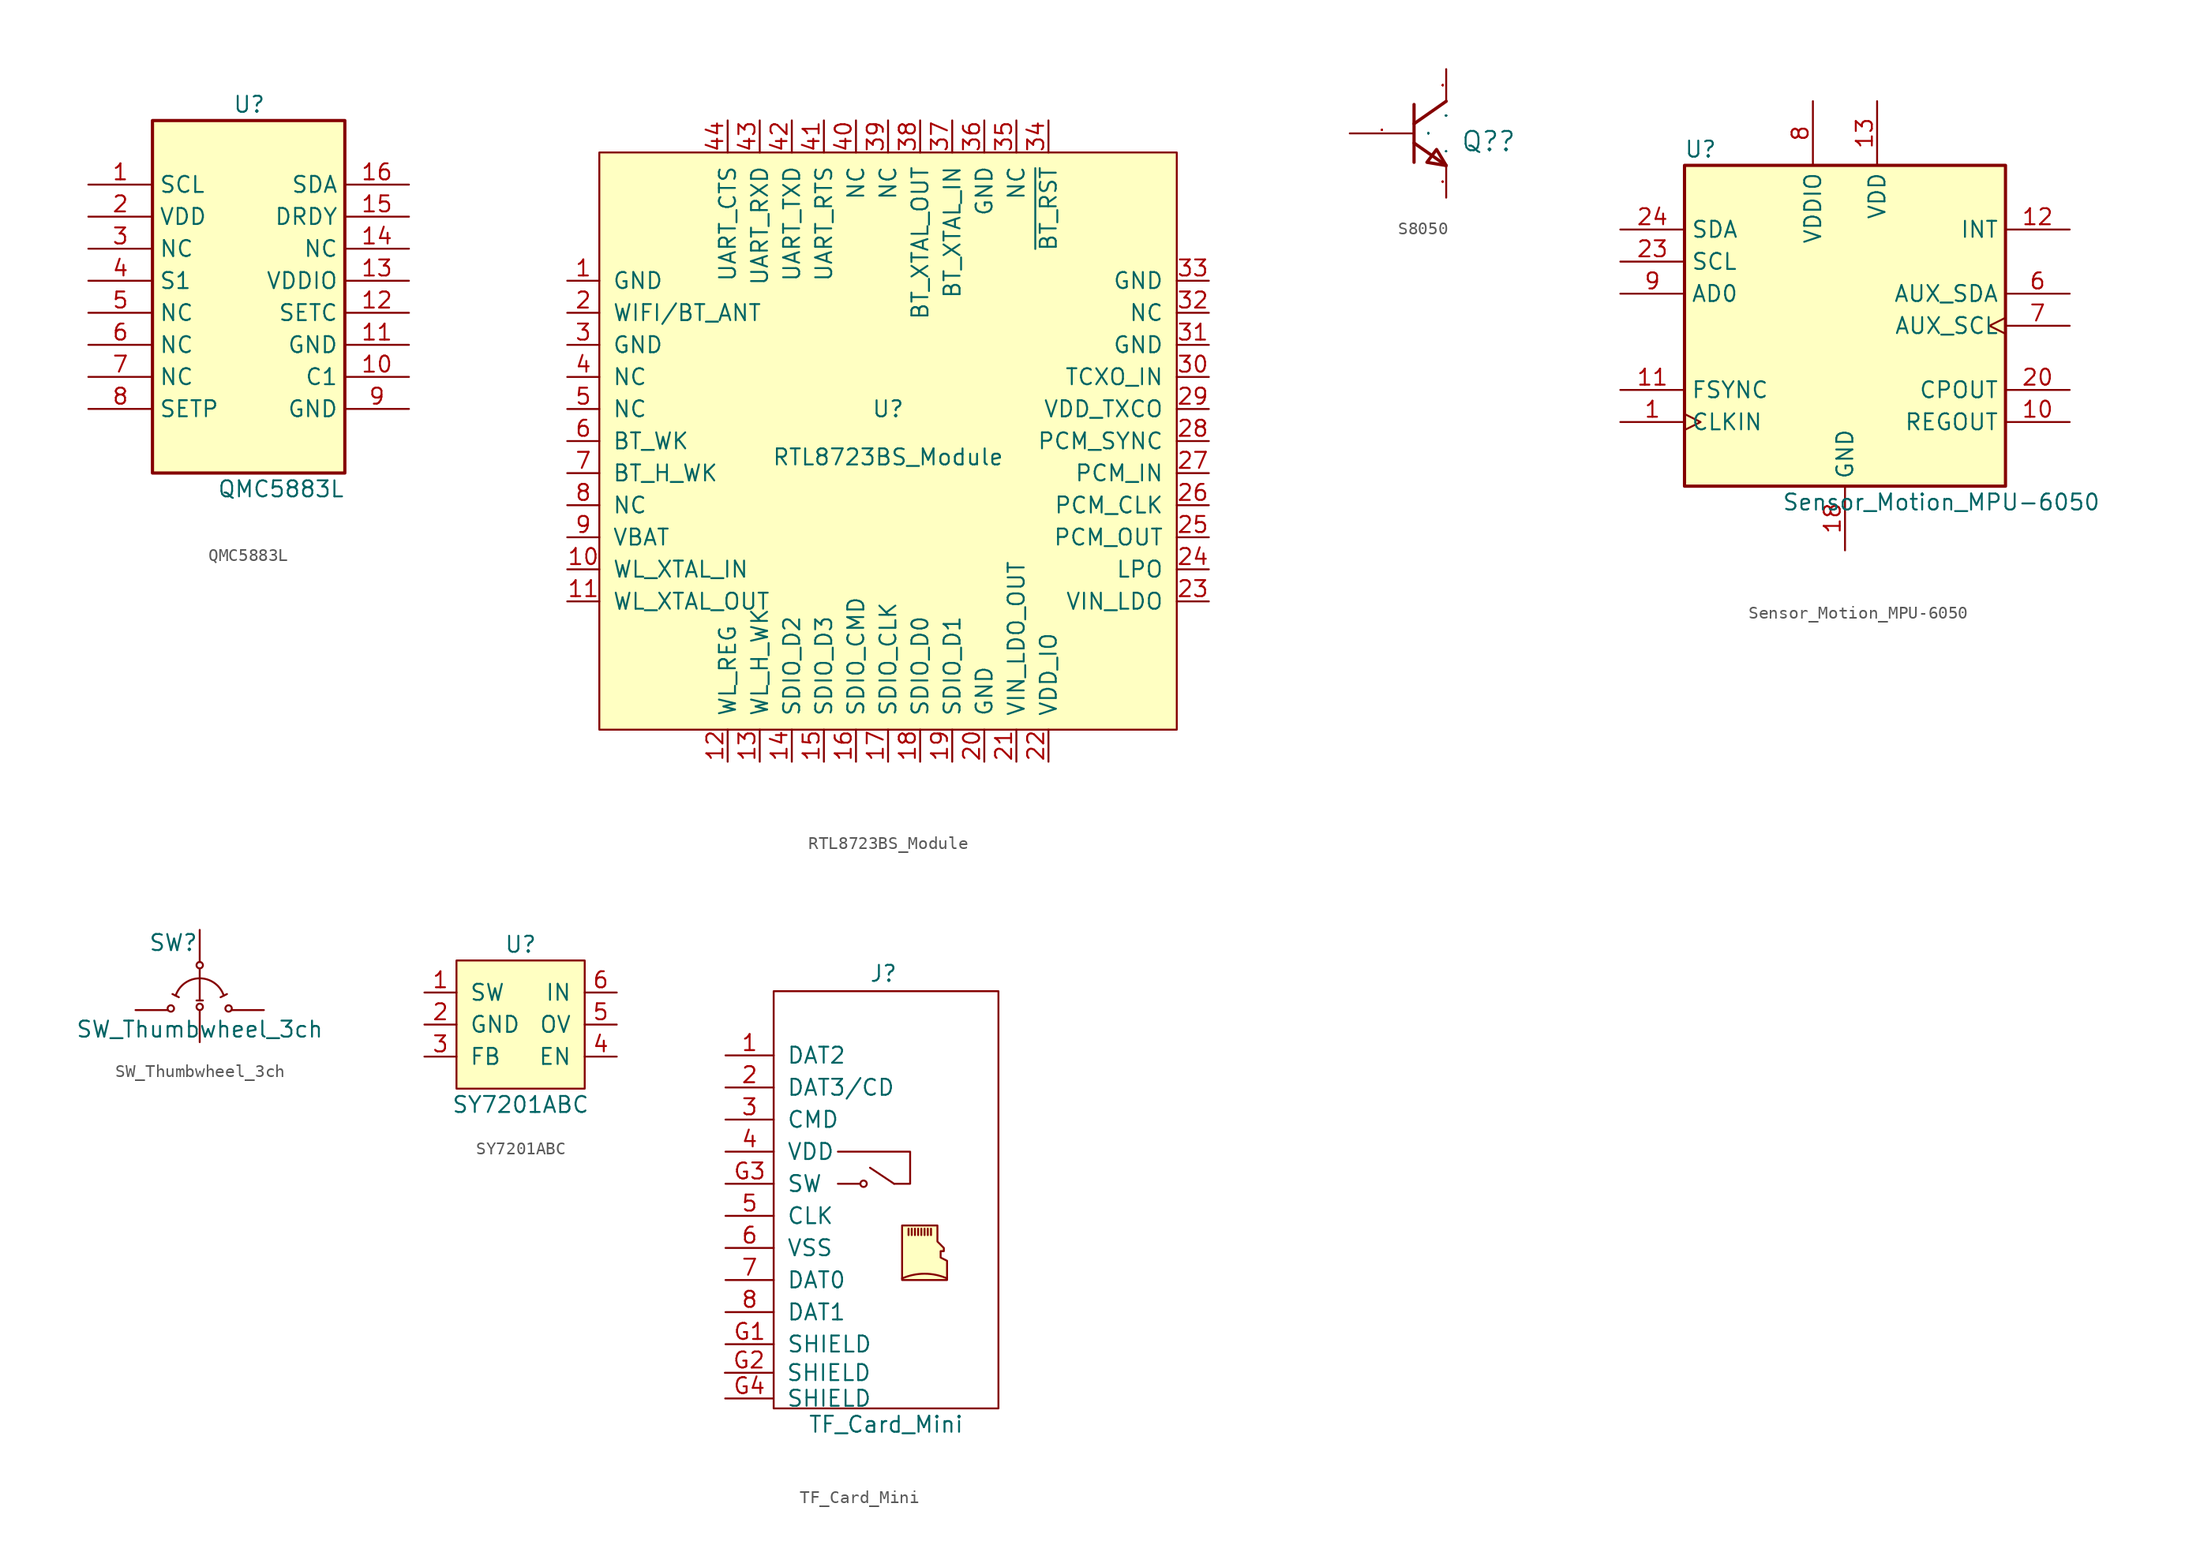
<source format=kicad_sym>
(kicad_symbol_lib
  (version 20210619)
  (generator kicad_symbol_editor)
  (symbol "0_MyLib:QMC5883L"
    (property "Reference" "U"
      (at -1.27 16.51 0)
      (effects (font (size 1.27 1.27)) (justify left)))
    (property "Value" "QMC5883L"
      (at 7.62 -13.97 0)
      (effects (font (size 1.27 1.27)) (justify right)))
    (symbol "QMC5883L_0_0"
      (rectangle (start -7.62 15.24) (end 7.62 -12.7) (stroke (width 0.254)) (fill (type background))))
    (symbol "QMC5883L_1_1"
      (pin input line (at -12.7 10.16 0) (length 5.08) (name "SCL" (effects (font (size 1.27 1.27)))) (number "1" (effects (font (size 1.27 1.27)))))
      (pin input line (at 12.7 -5.08 180) (length 5.08) (name "C1" (effects (font (size 1.27 1.27)))) (number "10" (effects (font (size 1.27 1.27)))))
      (pin input line (at 12.7 -2.54 180) (length 5.08) (name "GND" (effects (font (size 1.27 1.27)))) (number "11" (effects (font (size 1.27 1.27)))))
      (pin input line (at 12.7 0 180) (length 5.08) (name "SETC" (effects (font (size 1.27 1.27)))) (number "12" (effects (font (size 1.27 1.27)))))
      (pin input line (at 12.7 2.54 180) (length 5.08) (name "VDDIO" (effects (font (size 1.27 1.27)))) (number "13" (effects (font (size 1.27 1.27)))))
      (pin input line (at 12.7 5.08 180) (length 5.08) (name "NC" (effects (font (size 1.27 1.27)))) (number "14" (effects (font (size 1.27 1.27)))))
      (pin input line (at 12.7 7.62 180) (length 5.08) (name "DRDY" (effects (font (size 1.27 1.27)))) (number "15" (effects (font (size 1.27 1.27)))))
      (pin input line (at 12.7 10.16 180) (length 5.08) (name "SDA" (effects (font (size 1.27 1.27)))) (number "16" (effects (font (size 1.27 1.27)))))
      (pin input line (at -12.7 7.62 0) (length 5.08) (name "VDD" (effects (font (size 1.27 1.27)))) (number "2" (effects (font (size 1.27 1.27)))))
      (pin input line (at -12.7 5.08 0) (length 5.08) (name "NC" (effects (font (size 1.27 1.27)))) (number "3" (effects (font (size 1.27 1.27)))))
      (pin input line (at -12.7 2.54 0) (length 5.08) (name "S1" (effects (font (size 1.27 1.27)))) (number "4" (effects (font (size 1.27 1.27)))))
      (pin input line (at -12.7 0 0) (length 5.08) (name "NC" (effects (font (size 1.27 1.27)))) (number "5" (effects (font (size 1.27 1.27)))))
      (pin input line (at -12.7 -2.54 0) (length 5.08) (name "NC" (effects (font (size 1.27 1.27)))) (number "6" (effects (font (size 1.27 1.27)))))
      (pin input line (at -12.7 -5.08 0) (length 5.08) (name "NC" (effects (font (size 1.27 1.27)))) (number "7" (effects (font (size 1.27 1.27)))))
      (pin input line (at -12.7 -7.62 0) (length 5.08) (name "SETP" (effects (font (size 1.27 1.27)))) (number "8" (effects (font (size 1.27 1.27)))))
      (pin input line (at 12.7 -7.62 180) (length 5.08) (name "GND" (effects (font (size 1.27 1.27)))) (number "9" (effects (font (size 1.27 1.27)))))))
  (symbol "0_MyLib:RTL8723BS_Module"
    (pin_names
      (offset 1.016))
    (property "Reference" "U"
      (at 0 2.54 0)
      (effects (font (size 1.27 1.27))))
    (property "Value" "RTL8723BS_Module"
      (at 0 -1.27 0)
      (effects (font (size 1.27 1.27))))
    (symbol "RTL8723BS_Module_0_1"
      (rectangle (start -22.86 22.86) (end 22.86 -22.86) (stroke (width 0)) (fill (type background))))
    (symbol "RTL8723BS_Module_1_1"
      (pin input line (at -25.4 12.7 0) (length 2.54) (name "GND" (effects (font (size 1.27 1.27)))) (number "1" (effects (font (size 1.27 1.27)))))
      (pin input line (at -25.4 -10.16 0) (length 2.54) (name "WL_XTAL_IN" (effects (font (size 1.27 1.27)))) (number "10" (effects (font (size 1.27 1.27)))))
      (pin input line (at -25.4 -12.7 0) (length 2.54) (name "WL_XTAL_OUT" (effects (font (size 1.27 1.27)))) (number "11" (effects (font (size 1.27 1.27)))))
      (pin input line (at -12.7 -25.4 90) (length 2.54) (name "WL_REG" (effects (font (size 1.27 1.27)))) (number "12" (effects (font (size 1.27 1.27)))))
      (pin input line (at -10.16 -25.4 90) (length 2.54) (name "WL_H_WK" (effects (font (size 1.27 1.27)))) (number "13" (effects (font (size 1.27 1.27)))))
      (pin input line (at -7.62 -25.4 90) (length 2.54) (name "SDIO_D2" (effects (font (size 1.27 1.27)))) (number "14" (effects (font (size 1.27 1.27)))))
      (pin input line (at -5.08 -25.4 90) (length 2.54) (name "SDIO_D3" (effects (font (size 1.27 1.27)))) (number "15" (effects (font (size 1.27 1.27)))))
      (pin input line (at -2.54 -25.4 90) (length 2.54) (name "SDIO_CMD" (effects (font (size 1.27 1.27)))) (number "16" (effects (font (size 1.27 1.27)))))
      (pin input line (at 0 -25.4 90) (length 2.54) (name "SDIO_CLK" (effects (font (size 1.27 1.27)))) (number "17" (effects (font (size 1.27 1.27)))))
      (pin input line (at 2.54 -25.4 90) (length 2.54) (name "SDIO_D0" (effects (font (size 1.27 1.27)))) (number "18" (effects (font (size 1.27 1.27)))))
      (pin input line (at 5.08 -25.4 90) (length 2.54) (name "SDIO_D1" (effects (font (size 1.27 1.27)))) (number "19" (effects (font (size 1.27 1.27)))))
      (pin input line (at -25.4 10.16 0) (length 2.54) (name "WIFI/BT_ANT" (effects (font (size 1.27 1.27)))) (number "2" (effects (font (size 1.27 1.27)))))
      (pin input line (at 7.62 -25.4 90) (length 2.54) (name "GND" (effects (font (size 1.27 1.27)))) (number "20" (effects (font (size 1.27 1.27)))))
      (pin input line (at 10.16 -25.4 90) (length 2.54) (name "VIN_LDO_OUT" (effects (font (size 1.27 1.27)))) (number "21" (effects (font (size 1.27 1.27)))))
      (pin input line (at 12.7 -25.4 90) (length 2.54) (name "VDD_IO" (effects (font (size 1.27 1.27)))) (number "22" (effects (font (size 1.27 1.27)))))
      (pin input line (at 25.4 -12.7 180) (length 2.54) (name "VIN_LDO" (effects (font (size 1.27 1.27)))) (number "23" (effects (font (size 1.27 1.27)))))
      (pin input line (at 25.4 -10.16 180) (length 2.54) (name "LPO" (effects (font (size 1.27 1.27)))) (number "24" (effects (font (size 1.27 1.27)))))
      (pin input line (at 25.4 -7.62 180) (length 2.54) (name "PCM_OUT" (effects (font (size 1.27 1.27)))) (number "25" (effects (font (size 1.27 1.27)))))
      (pin input line (at 25.4 -5.08 180) (length 2.54) (name "PCM_CLK" (effects (font (size 1.27 1.27)))) (number "26" (effects (font (size 1.27 1.27)))))
      (pin input line (at 25.4 -2.54 180) (length 2.54) (name "PCM_IN" (effects (font (size 1.27 1.27)))) (number "27" (effects (font (size 1.27 1.27)))))
      (pin input line (at 25.4 0 180) (length 2.54) (name "PCM_SYNC" (effects (font (size 1.27 1.27)))) (number "28" (effects (font (size 1.27 1.27)))))
      (pin input line (at 25.4 2.54 180) (length 2.54) (name "VDD_TXCO" (effects (font (size 1.27 1.27)))) (number "29" (effects (font (size 1.27 1.27)))))
      (pin input line (at -25.4 7.62 0) (length 2.54) (name "GND" (effects (font (size 1.27 1.27)))) (number "3" (effects (font (size 1.27 1.27)))))
      (pin input line (at 25.4 5.08 180) (length 2.54) (name "TCXO_IN" (effects (font (size 1.27 1.27)))) (number "30" (effects (font (size 1.27 1.27)))))
      (pin input line (at 25.4 7.62 180) (length 2.54) (name "GND" (effects (font (size 1.27 1.27)))) (number "31" (effects (font (size 1.27 1.27)))))
      (pin input line (at 25.4 10.16 180) (length 2.54) (name "NC" (effects (font (size 1.27 1.27)))) (number "32" (effects (font (size 1.27 1.27)))))
      (pin input line (at 25.4 12.7 180) (length 2.54) (name "GND" (effects (font (size 1.27 1.27)))) (number "33" (effects (font (size 1.27 1.27)))))
      (pin input line (at 12.7 25.4 270) (length 2.54) (name "~{BT_RST}" (effects (font (size 1.27 1.27)))) (number "34" (effects (font (size 1.27 1.27)))))
      (pin input line (at 10.16 25.4 270) (length 2.54) (name "NC" (effects (font (size 1.27 1.27)))) (number "35" (effects (font (size 1.27 1.27)))))
      (pin input line (at 7.62 25.4 270) (length 2.54) (name "GND" (effects (font (size 1.27 1.27)))) (number "36" (effects (font (size 1.27 1.27)))))
      (pin input line (at 5.08 25.4 270) (length 2.54) (name "BT_XTAL_IN" (effects (font (size 1.27 1.27)))) (number "37" (effects (font (size 1.27 1.27)))))
      (pin input line (at 2.54 25.4 270) (length 2.54) (name "BT_XTAL_OUT" (effects (font (size 1.27 1.27)))) (number "38" (effects (font (size 1.27 1.27)))))
      (pin input line (at 0 25.4 270) (length 2.54) (name "NC" (effects (font (size 1.27 1.27)))) (number "39" (effects (font (size 1.27 1.27)))))
      (pin input line (at -25.4 5.08 0) (length 2.54) (name "NC" (effects (font (size 1.27 1.27)))) (number "4" (effects (font (size 1.27 1.27)))))
      (pin input line (at -2.54 25.4 270) (length 2.54) (name "NC" (effects (font (size 1.27 1.27)))) (number "40" (effects (font (size 1.27 1.27)))))
      (pin input line (at -5.08 25.4 270) (length 2.54) (name "UART_RTS" (effects (font (size 1.27 1.27)))) (number "41" (effects (font (size 1.27 1.27)))))
      (pin input line (at -7.62 25.4 270) (length 2.54) (name "UART_TXD" (effects (font (size 1.27 1.27)))) (number "42" (effects (font (size 1.27 1.27)))))
      (pin input line (at -10.16 25.4 270) (length 2.54) (name "UART_RXD" (effects (font (size 1.27 1.27)))) (number "43" (effects (font (size 1.27 1.27)))))
      (pin input line (at -12.7 25.4 270) (length 2.54) (name "UART_CTS" (effects (font (size 1.27 1.27)))) (number "44" (effects (font (size 1.27 1.27)))))
      (pin input line (at -25.4 2.54 0) (length 2.54) (name "NC" (effects (font (size 1.27 1.27)))) (number "5" (effects (font (size 1.27 1.27)))))
      (pin input line (at -25.4 0 0) (length 2.54) (name "BT_WK" (effects (font (size 1.27 1.27)))) (number "6" (effects (font (size 1.27 1.27)))))
      (pin input line (at -25.4 -2.54 0) (length 2.54) (name "BT_H_WK" (effects (font (size 1.27 1.27)))) (number "7" (effects (font (size 1.27 1.27)))))
      (pin input line (at -25.4 -5.08 0) (length 2.54) (name "NC" (effects (font (size 1.27 1.27)))) (number "8" (effects (font (size 1.27 1.27)))))
      (pin input line (at -25.4 -7.62 0) (length 2.54) (name "VBAT" (effects (font (size 1.27 1.27)))) (number "9" (effects (font (size 1.27 1.27)))))))
  (symbol "0_MyLib:S8050"
    (pin_names
      (offset 1.016))
    (property "Reference" "Q?"
      (at 4.953 -1.524 0)
      (effects (font (size 1.524 1.524)) (justify left bottom)))
    (symbol "S8050_0_1"
      (polyline (pts (xy 1.27 -0.762) (xy 3.81 -2.54)) (stroke (width 0.254)) (fill (type none)))
      (polyline (pts (xy 1.27 2.286) (xy 1.27 -2.286)) (stroke (width 0.254)) (fill (type none)))
      (polyline (pts (xy 3.81 2.54) (xy 1.27 0.762)) (stroke (width 0.254)) (fill (type none)))
      (polyline (pts (xy 3.81 -2.54) (xy 3.048 -1.27) (xy 3.048 -1.27) (xy 2.286 -2.286) (xy 2.286 -2.286) (xy 3.81 -2.54)) (stroke (width 0.254)) (fill (type none)))
      (pin passive line (at -3.81 0 0) (length 5.08) (name "B" (effects (font (size 0.025 0.025)))) (number "1" (effects (font (size 0.025 0.025)))))
      (pin passive line (at 3.81 -5.08 90) (length 2.54) (name "E" (effects (font (size 0.025 0.025)))) (number "2" (effects (font (size 0.025 0.025)))))
      (pin passive line (at 3.81 5.08 270) (length 2.54) (name "C" (effects (font (size 0.025 0.025)))) (number "3" (effects (font (size 0.025 0.025)))))))
  (symbol "0_MyLib:Sensor_Motion_MPU-6050"
    (property "Reference" "U"
      (at -11.43 13.97 0)
      (effects (font (size 1.27 1.27))))
    (property "Value" "Sensor_Motion_MPU-6050"
      (at 7.62 -13.97 0)
      (effects (font (size 1.27 1.27))))
    (symbol "Sensor_Motion_MPU-6050_0_1"
      (rectangle (start -12.7 12.7) (end 12.7 -12.7) (stroke (width 0.254)) (fill (type background))))
    (symbol "Sensor_Motion_MPU-6050_1_1"
      (pin input clock (at -17.78 -7.62 0) (length 5.08) (name "CLKIN" (effects (font (size 1.27 1.27)))) (number "1" (effects (font (size 1.27 1.27)))))
      (pin passive line (at 17.78 -7.62 180) (length 5.08) (name "REGOUT" (effects (font (size 1.27 1.27)))) (number "10" (effects (font (size 1.27 1.27)))))
      (pin input line (at -17.78 -5.08 0) (length 5.08) (name "FSYNC" (effects (font (size 1.27 1.27)))) (number "11" (effects (font (size 1.27 1.27)))))
      (pin output line (at 17.78 7.62 180) (length 5.08) (name "INT" (effects (font (size 1.27 1.27)))) (number "12" (effects (font (size 1.27 1.27)))))
      (pin power_in line (at 2.54 17.78 270) (length 5.08) (name "VDD" (effects (font (size 1.27 1.27)))) (number "13" (effects (font (size 1.27 1.27)))))
      (pin power_in line (at 0 -17.78 90) (length 5.08) (name "GND" (effects (font (size 1.27 1.27)))) (number "18" (effects (font (size 1.27 1.27)))))
      (pin passive line (at 17.78 -5.08 180) (length 5.08) (name "CPOUT" (effects (font (size 1.27 1.27)))) (number "20" (effects (font (size 1.27 1.27)))))
      (pin input line (at -17.78 5.08 0) (length 5.08) (name "SCL" (effects (font (size 1.27 1.27)))) (number "23" (effects (font (size 1.27 1.27)))))
      (pin bidirectional line (at -17.78 7.62 0) (length 5.08) (name "SDA" (effects (font (size 1.27 1.27)))) (number "24" (effects (font (size 1.27 1.27)))))
      (pin bidirectional line (at 17.78 2.54 180) (length 5.08) (name "AUX_SDA" (effects (font (size 1.27 1.27)))) (number "6" (effects (font (size 1.27 1.27)))))
      (pin output clock (at 17.78 0 180) (length 5.08) (name "AUX_SCL" (effects (font (size 1.27 1.27)))) (number "7" (effects (font (size 1.27 1.27)))))
      (pin power_in line (at -2.54 17.78 270) (length 5.08) (name "VDDIO" (effects (font (size 1.27 1.27)))) (number "8" (effects (font (size 1.27 1.27)))))
      (pin input line (at -17.78 2.54 0) (length 5.08) (name "AD0" (effects (font (size 1.27 1.27)))) (number "9" (effects (font (size 1.27 1.27)))))))
  (symbol "0_MyLib:SW_Thumbwheel_3ch"
    (pin_numbers hide)
    (pin_names
      (offset 1.016) hide)
    (property "Reference" "SW"
      (at -4.064 5.334 0)
      (effects (font (size 1.27 1.27)) (justify left)))
    (property "Value" "SW_Thumbwheel_3ch"
      (at 0 -1.524 0)
      (effects (font (size 1.27 1.27))))
    (symbol "SW_Thumbwheel_3ch_0_1"
      (arc (start 1.905 1.143) (end -1.905 1.143) (radius (at 0 0.508) (length 2.0066) (angles 18.4 161.6)) (stroke (width 0)) (fill (type none)))
      (circle (center -2.286 0.127) (radius 0.254) (stroke (width 0)) (fill (type none)))
      (circle (center 0 0.254) (radius 0.254) (stroke (width 0)) (fill (type none)))
      (circle (center 2.286 0.127) (radius 0.254) (stroke (width 0)) (fill (type none)))
      (polyline (pts (xy -2.159 1.27) (xy -1.651 1.016)) (stroke (width 0)) (fill (type none)))
      (polyline (pts (xy -0.254 0.762) (xy 0.254 0.762)) (stroke (width 0)) (fill (type none)))
      (polyline (pts (xy 0 3.302) (xy 0 0.762)) (stroke (width 0)) (fill (type none)))
      (polyline (pts (xy 1.651 1.016) (xy 2.159 1.27)) (stroke (width 0)) (fill (type none))))
    (symbol "SW_Thumbwheel_3ch_1_1"
      (circle (center 0 3.556) (radius 0.254) (stroke (width 0)) (fill (type none)))
      (pin input line (at -5.08 0 0) (length 2.54) (name "1" (effects (font (size 1.27 1.27)))) (number "1" (effects (font (size 1.27 1.27)))))
      (pin input line (at 5.08 0 180) (length 2.54) (name "2" (effects (font (size 1.27 1.27)))) (number "2" (effects (font (size 1.27 1.27)))))
      (pin input line (at 0 6.35 270) (length 2.54) (name "C" (effects (font (size 1.27 1.27)))) (number "C" (effects (font (size 1.27 1.27)))))
      (pin input line (at 0 -2.54 90) (length 2.54) (name "T" (effects (font (size 1.27 1.27)))) (number "T" (effects (font (size 1.27 1.27)))))))
  (symbol "0_MyLib:SY7201ABC"
    (pin_names
      (offset 1.016))
    (property "Reference" "U"
      (at 0 6.35 0)
      (effects (font (size 1.27 1.27))))
    (property "Value" "SY7201ABC"
      (at 0 -6.35 0)
      (effects (font (size 1.27 1.27))))
    (symbol "SY7201ABC_0_1"
      (polyline (pts (xy -5.08 5.08) (xy 5.08 5.08) (xy 5.08 -5.08) (xy -5.08 -5.08) (xy -5.08 5.08)) (stroke (width 0)) (fill (type background))))
    (symbol "SY7201ABC_1_1"
      (pin input line (at -7.62 2.54 0) (length 2.54) (name "SW" (effects (font (size 1.27 1.27)))) (number "1" (effects (font (size 1.27 1.27)))))
      (pin input line (at -7.62 0 0) (length 2.54) (name "GND" (effects (font (size 1.27 1.27)))) (number "2" (effects (font (size 1.27 1.27)))))
      (pin input line (at -7.62 -2.54 0) (length 2.54) (name "FB" (effects (font (size 1.27 1.27)))) (number "3" (effects (font (size 1.27 1.27)))))
      (pin input line (at 7.62 -2.54 180) (length 2.54) (name "EN" (effects (font (size 1.27 1.27)))) (number "4" (effects (font (size 1.27 1.27)))))
      (pin input line (at 7.62 0 180) (length 2.54) (name "OV" (effects (font (size 1.27 1.27)))) (number "5" (effects (font (size 1.27 1.27)))))
      (pin input line (at 7.62 2.54 180) (length 2.54) (name "IN" (effects (font (size 1.27 1.27)))) (number "6" (effects (font (size 1.27 1.27)))))))
  (symbol "0_MyLib:TF_Card_Mini"
    (pin_names
      (offset 1.016))
    (property "Reference" "J"
      (at -0.203 17.907 0)
      (effects (font (size 1.27 1.27))))
    (property "Value" "TF_Card_Mini"
      (at 0 -17.78 0)
      (effects (font (size 1.27 1.27))))
    (symbol "TF_Card_Mini_0_1"
      (arc (start 4.826 -6.223) (end 1.27 -6.223) (radius (at 3.048 -10.287) (length 4.445) (angles 66.4 113.6)) (stroke (width 0)) (fill (type none)))
      (circle (center -1.778 1.27) (radius 0.254) (stroke (width 0)) (fill (type none)))
      (rectangle (start -8.89 16.51) (end 8.89 -16.51) (stroke (width 0)) (fill (type none)))
      (rectangle (start 1.778 -2.286) (end 1.778 -2.794) (stroke (width 0)) (fill (type outline)))
      (rectangle (start 2.032 -2.286) (end 2.032 -2.794) (stroke (width 0)) (fill (type outline)))
      (rectangle (start 2.286 -2.286) (end 2.286 -2.794) (stroke (width 0)) (fill (type outline)))
      (rectangle (start 2.54 -2.286) (end 2.54 -2.794) (stroke (width 0)) (fill (type outline)))
      (rectangle (start 2.794 -2.286) (end 2.794 -2.794) (stroke (width 0)) (fill (type outline)))
      (rectangle (start 3.048 -2.286) (end 3.048 -2.794) (stroke (width 0)) (fill (type outline)))
      (rectangle (start 3.302 -2.286) (end 3.302 -2.794) (stroke (width 0)) (fill (type outline)))
      (rectangle (start 3.556 -2.286) (end 3.556 -2.794) (stroke (width 0)) (fill (type outline)))
      (polyline (pts (xy -3.81 1.27) (xy -2.032 1.27)) (stroke (width 0)) (fill (type none)))
      (polyline (pts (xy 0.635 1.27) (xy -1.27 2.54)) (stroke (width 0)) (fill (type none)))
      (polyline (pts (xy -3.81 3.81) (xy 1.905 3.81) (xy 1.905 1.27) (xy 0.635 1.27)) (stroke (width 0)) (fill (type none)))
      (polyline (pts (xy 1.27 -2.032) (xy 1.27 -6.35) (xy 4.826 -6.35) (xy 4.826 -4.826) (xy 4.318 -4.572) (xy 4.318 -4.064) (xy 4.572 -4.064) (xy 4.572 -3.81) (xy 4.064 -3.302) (xy 4.064 -2.032) (xy 1.27 -2.032)) (stroke (width 0)) (fill (type background))))
    (symbol "TF_Card_Mini_1_1"
      (pin bidirectional line (at -12.7 11.43 0) (length 3.81) (name "DAT2" (effects (font (size 1.27 1.27)))) (number "1" (effects (font (size 1.27 1.27)))))
      (pin bidirectional line (at -12.7 8.89 0) (length 3.81) (name "DAT3/CD" (effects (font (size 1.27 1.27)))) (number "2" (effects (font (size 1.27 1.27)))))
      (pin input line (at -12.7 6.35 0) (length 3.81) (name "CMD" (effects (font (size 1.27 1.27)))) (number "3" (effects (font (size 1.27 1.27)))))
      (pin power_in line (at -12.7 3.81 0) (length 3.81) (name "VDD" (effects (font (size 1.27 1.27)))) (number "4" (effects (font (size 1.27 1.27)))))
      (pin input line (at -12.7 -1.27 0) (length 3.81) (name "CLK" (effects (font (size 1.27 1.27)))) (number "5" (effects (font (size 1.27 1.27)))))
      (pin power_in line (at -12.7 -3.81 0) (length 3.81) (name "VSS" (effects (font (size 1.27 1.27)))) (number "6" (effects (font (size 1.27 1.27)))))
      (pin bidirectional line (at -12.7 -6.35 0) (length 3.81) (name "DAT0" (effects (font (size 1.27 1.27)))) (number "7" (effects (font (size 1.27 1.27)))))
      (pin bidirectional line (at -12.7 -8.89 0) (length 3.81) (name "DAT1" (effects (font (size 1.27 1.27)))) (number "8" (effects (font (size 1.27 1.27)))))
      (pin passive line (at -12.7 -11.43 0) (length 3.81) (name "SHIELD" (effects (font (size 1.27 1.27)))) (number "G1" (effects (font (size 1.27 1.27)))))
      (pin passive line (at -12.751 -13.691 0) (length 3.81) (name "SHIELD" (effects (font (size 1.27 1.27)))) (number "G2" (effects (font (size 1.27 1.27)))))
      (pin passive line (at -12.7 1.27 0) (length 3.81) (name "SW" (effects (font (size 1.27 1.27)))) (number "G3" (effects (font (size 1.27 1.27)))))
      (pin passive line (at -12.725 -15.723 0) (length 3.81) (name "SHIELD" (effects (font (size 1.27 1.27)))) (number "G4" (effects (font (size 1.27 1.27))))))))
</source>
